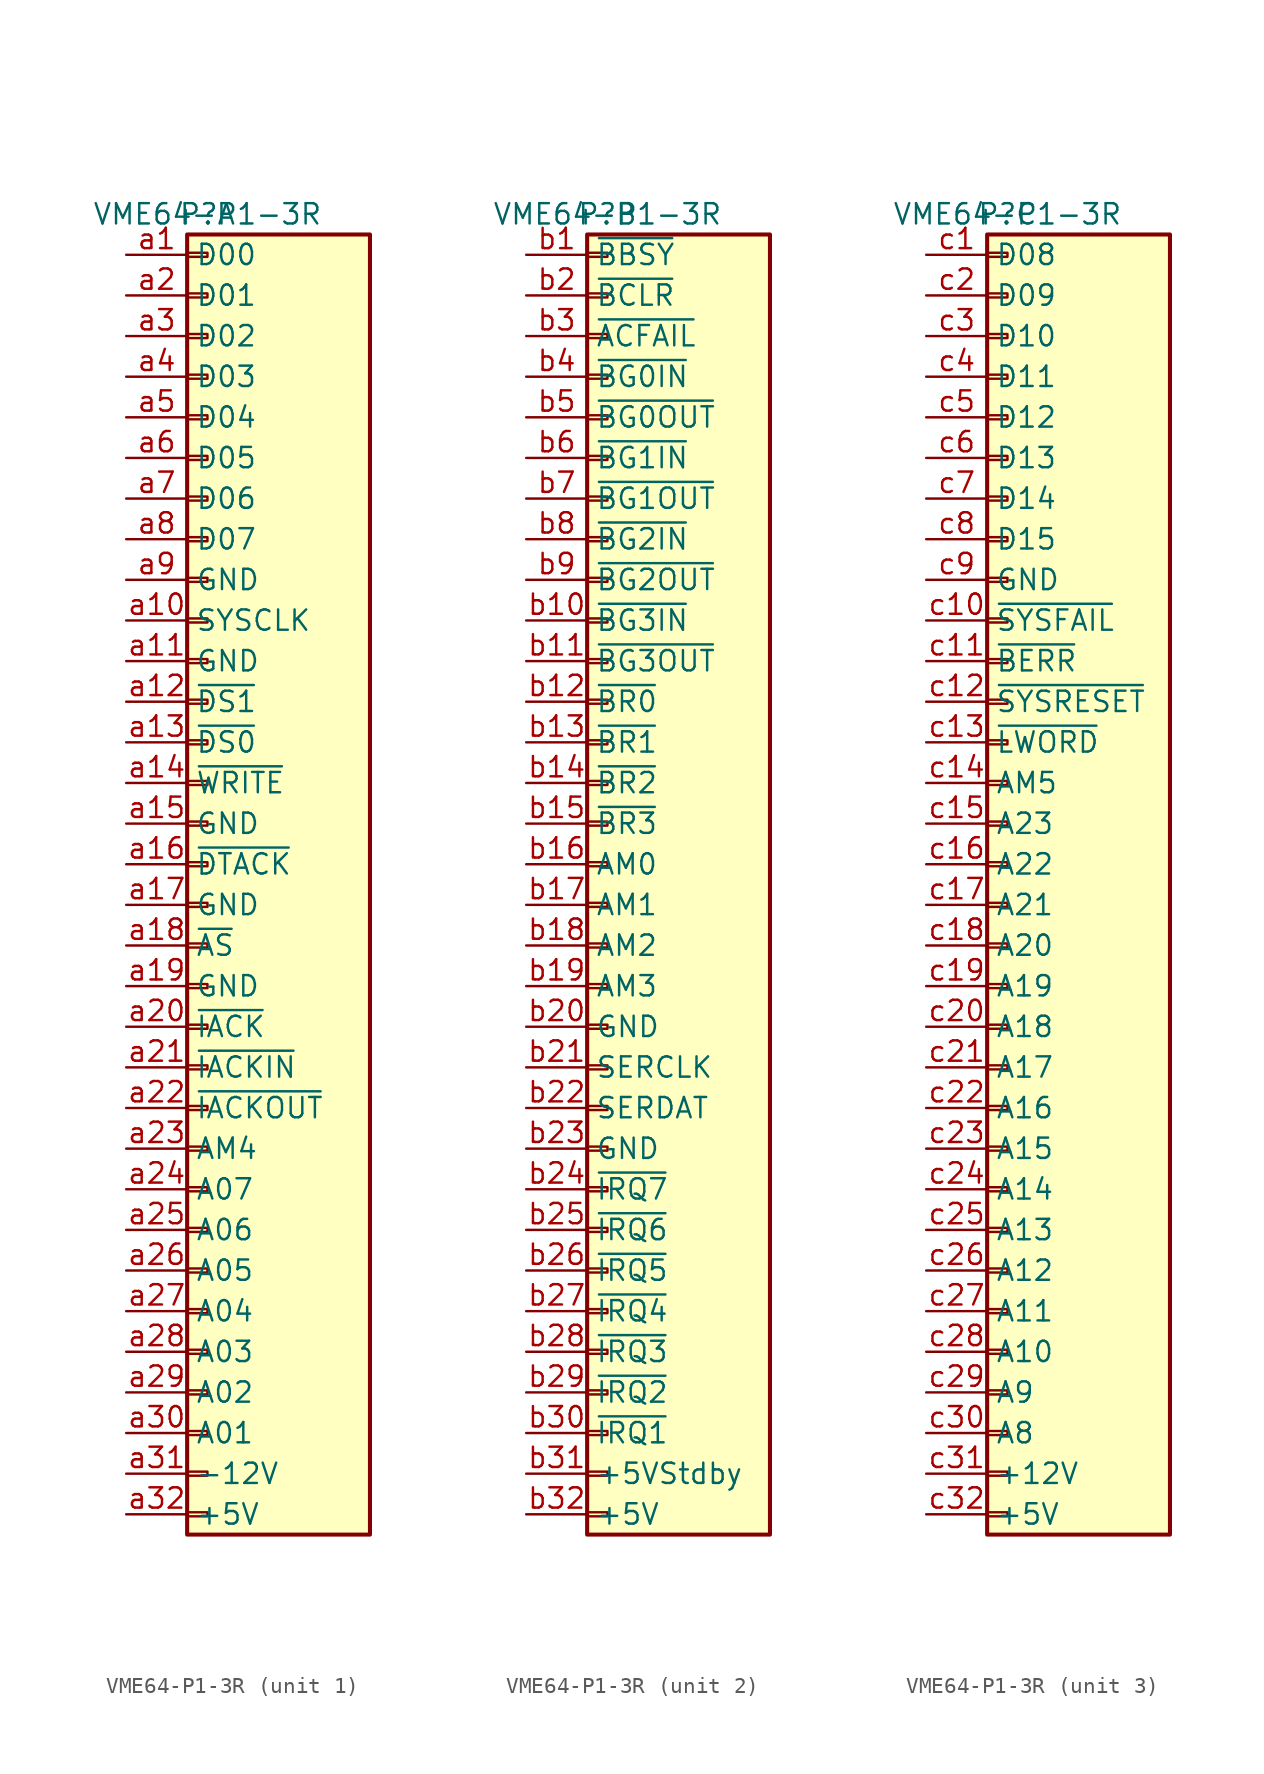
<source format=kicad_sym>
(kicad_symbol_lib
  (version 20231120)
  (generator "kicad_symbol_editor")
  (generator_version "8.0")
  (symbol "VME64-P1-3R"
    (property "Reference" "P"
      (at 0 40.64 0)
      (effects (font (size 1.27 1.27))))
    (property "Value" "VME64-P1-3R"
      (at 0 40.64 0)
      (effects (font (size 1.27 1.27))))
    (property "ki_locked" ""
      (at 0 0 0)
      (effects (font (size 1.27 1.27))))
    (symbol "VME64-P1-3R_1_1"
      (rectangle (start -1.27 -40.513) (end 0 -40.767) (stroke (width 0.152) (type default)) (fill (type none)))
      (rectangle (start -1.27 -37.973) (end 0 -38.227) (stroke (width 0.152) (type default)) (fill (type none)))
      (rectangle (start -1.27 -35.433) (end 0 -35.687) (stroke (width 0.152) (type default)) (fill (type none)))
      (rectangle (start -1.27 -32.893) (end 0 -33.147) (stroke (width 0.152) (type default)) (fill (type none)))
      (rectangle (start -1.27 -30.353) (end 0 -30.607) (stroke (width 0.152) (type default)) (fill (type none)))
      (rectangle (start -1.27 -27.813) (end 0 -28.067) (stroke (width 0.152) (type default)) (fill (type none)))
      (rectangle (start -1.27 -25.273) (end 0 -25.527) (stroke (width 0.152) (type default)) (fill (type none)))
      (rectangle (start -1.27 -22.733) (end 0 -22.987) (stroke (width 0.152) (type default)) (fill (type none)))
      (rectangle (start -1.27 -20.193) (end 0 -20.447) (stroke (width 0.152) (type default)) (fill (type none)))
      (rectangle (start -1.27 -17.653) (end 0 -17.907) (stroke (width 0.152) (type default)) (fill (type none)))
      (rectangle (start -1.27 -15.113) (end 0 -15.367) (stroke (width 0.152) (type default)) (fill (type none)))
      (rectangle (start -1.27 -12.573) (end 0 -12.827) (stroke (width 0.152) (type default)) (fill (type none)))
      (rectangle (start -1.27 -10.033) (end 0 -10.287) (stroke (width 0.152) (type default)) (fill (type none)))
      (rectangle (start -1.27 -7.493) (end 0 -7.747) (stroke (width 0.152) (type default)) (fill (type none)))
      (rectangle (start -1.27 -4.953) (end 0 -5.207) (stroke (width 0.152) (type default)) (fill (type none)))
      (rectangle (start -1.27 -2.413) (end 0 -2.667) (stroke (width 0.152) (type default)) (fill (type none)))
      (rectangle (start -1.27 0.127) (end 0 -0.127) (stroke (width 0.152) (type default)) (fill (type none)))
      (rectangle (start -1.27 2.667) (end 0 2.413) (stroke (width 0.152) (type default)) (fill (type none)))
      (rectangle (start -1.27 5.207) (end 0 4.953) (stroke (width 0.152) (type default)) (fill (type none)))
      (rectangle (start -1.27 7.747) (end 0 7.493) (stroke (width 0.152) (type default)) (fill (type none)))
      (rectangle (start -1.27 10.287) (end 0 10.033) (stroke (width 0.152) (type default)) (fill (type none)))
      (rectangle (start -1.27 12.827) (end 0 12.573) (stroke (width 0.152) (type default)) (fill (type none)))
      (rectangle (start -1.27 15.367) (end 0 15.113) (stroke (width 0.152) (type default)) (fill (type none)))
      (rectangle (start -1.27 17.907) (end 0 17.653) (stroke (width 0.152) (type default)) (fill (type none)))
      (rectangle (start -1.27 20.447) (end 0 20.193) (stroke (width 0.152) (type default)) (fill (type none)))
      (rectangle (start -1.27 22.987) (end 0 22.733) (stroke (width 0.152) (type default)) (fill (type none)))
      (rectangle (start -1.27 25.527) (end 0 25.273) (stroke (width 0.152) (type default)) (fill (type none)))
      (rectangle (start -1.27 28.067) (end 0 27.813) (stroke (width 0.152) (type default)) (fill (type none)))
      (rectangle (start -1.27 30.607) (end 0 30.353) (stroke (width 0.152) (type default)) (fill (type none)))
      (rectangle (start -1.27 33.147) (end 0 32.893) (stroke (width 0.152) (type default)) (fill (type none)))
      (rectangle (start -1.27 35.687) (end 0 35.433) (stroke (width 0.152) (type default)) (fill (type none)))
      (rectangle (start -1.27 38.227) (end 0 37.973) (stroke (width 0.152) (type default)) (fill (type none)))
      (rectangle (start -1.27 39.37) (end 10.16 -41.91) (stroke (width 0.254) (type default)) (fill (type background)))
      (pin bidirectional line (at -5.08 38.1 0) (length 3.81) (name "D00" (effects (font (size 1.27 1.27)))) (number "a1" (effects (font (size 1.27 1.27)))))
      (pin output line (at -5.08 15.24 0) (length 3.81) (name "SYSCLK" (effects (font (size 1.27 1.27)))) (number "a10" (effects (font (size 1.27 1.27)))))
      (pin power_out line (at -5.08 12.7 0) (length 3.81) (name "GND" (effects (font (size 1.27 1.27)))) (number "a11" (effects (font (size 1.27 1.27)))))
      (pin bidirectional line (at -5.08 10.16 0) (length 3.81) (name "~{DS1}" (effects (font (size 1.27 1.27)))) (number "a12" (effects (font (size 1.27 1.27)))))
      (pin bidirectional line (at -5.08 7.62 0) (length 3.81) (name "~{DS0}" (effects (font (size 1.27 1.27)))) (number "a13" (effects (font (size 1.27 1.27)))))
      (pin bidirectional line (at -5.08 5.08 0) (length 3.81) (name "~{WRITE}" (effects (font (size 1.27 1.27)))) (number "a14" (effects (font (size 1.27 1.27)))))
      (pin power_out line (at -5.08 2.54 0) (length 3.81) (name "GND" (effects (font (size 1.27 1.27)))) (number "a15" (effects (font (size 1.27 1.27)))))
      (pin bidirectional line (at -5.08 0 0) (length 3.81) (name "~{DTACK}" (effects (font (size 1.27 1.27)))) (number "a16" (effects (font (size 1.27 1.27)))))
      (pin power_out line (at -5.08 -2.54 0) (length 3.81) (name "GND" (effects (font (size 1.27 1.27)))) (number "a17" (effects (font (size 1.27 1.27)))))
      (pin bidirectional line (at -5.08 -5.08 0) (length 3.81) (name "~{AS}" (effects (font (size 1.27 1.27)))) (number "a18" (effects (font (size 1.27 1.27)))))
      (pin power_out line (at -5.08 -7.62 0) (length 3.81) (name "GND" (effects (font (size 1.27 1.27)))) (number "a19" (effects (font (size 1.27 1.27)))))
      (pin bidirectional line (at -5.08 35.56 0) (length 3.81) (name "D01" (effects (font (size 1.27 1.27)))) (number "a2" (effects (font (size 1.27 1.27)))))
      (pin bidirectional line (at -5.08 -10.16 0) (length 3.81) (name "~{IACK}" (effects (font (size 1.27 1.27)))) (number "a20" (effects (font (size 1.27 1.27)))))
      (pin input line (at -5.08 -12.7 0) (length 3.81) (name "~{IACKIN}" (effects (font (size 1.27 1.27)))) (number "a21" (effects (font (size 1.27 1.27)))))
      (pin output line (at -5.08 -15.24 0) (length 3.81) (name "~{IACKOUT}" (effects (font (size 1.27 1.27)))) (number "a22" (effects (font (size 1.27 1.27)))))
      (pin bidirectional line (at -5.08 -17.78 0) (length 3.81) (name "AM4" (effects (font (size 1.27 1.27)))) (number "a23" (effects (font (size 1.27 1.27)))))
      (pin bidirectional line (at -5.08 -20.32 0) (length 3.81) (name "A07" (effects (font (size 1.27 1.27)))) (number "a24" (effects (font (size 1.27 1.27)))))
      (pin bidirectional line (at -5.08 -22.86 0) (length 3.81) (name "A06" (effects (font (size 1.27 1.27)))) (number "a25" (effects (font (size 1.27 1.27)))))
      (pin bidirectional line (at -5.08 -25.4 0) (length 3.81) (name "A05" (effects (font (size 1.27 1.27)))) (number "a26" (effects (font (size 1.27 1.27)))))
      (pin bidirectional line (at -5.08 -27.94 0) (length 3.81) (name "A04" (effects (font (size 1.27 1.27)))) (number "a27" (effects (font (size 1.27 1.27)))))
      (pin bidirectional line (at -5.08 -30.48 0) (length 3.81) (name "A03" (effects (font (size 1.27 1.27)))) (number "a28" (effects (font (size 1.27 1.27)))))
      (pin bidirectional line (at -5.08 -33.02 0) (length 3.81) (name "A02" (effects (font (size 1.27 1.27)))) (number "a29" (effects (font (size 1.27 1.27)))))
      (pin bidirectional line (at -5.08 33.02 0) (length 3.81) (name "D02" (effects (font (size 1.27 1.27)))) (number "a3" (effects (font (size 1.27 1.27)))))
      (pin bidirectional line (at -5.08 -35.56 0) (length 3.81) (name "A01" (effects (font (size 1.27 1.27)))) (number "a30" (effects (font (size 1.27 1.27)))))
      (pin power_out line (at -5.08 -38.1 0) (length 3.81) (name "-12V" (effects (font (size 1.27 1.27)))) (number "a31" (effects (font (size 1.27 1.27)))))
      (pin power_out line (at -5.08 -40.64 0) (length 3.81) (name "+5V" (effects (font (size 1.27 1.27)))) (number "a32" (effects (font (size 1.27 1.27)))))
      (pin bidirectional line (at -5.08 30.48 0) (length 3.81) (name "D03" (effects (font (size 1.27 1.27)))) (number "a4" (effects (font (size 1.27 1.27)))))
      (pin bidirectional line (at -5.08 27.94 0) (length 3.81) (name "D04" (effects (font (size 1.27 1.27)))) (number "a5" (effects (font (size 1.27 1.27)))))
      (pin bidirectional line (at -5.08 25.4 0) (length 3.81) (name "D05" (effects (font (size 1.27 1.27)))) (number "a6" (effects (font (size 1.27 1.27)))))
      (pin bidirectional line (at -5.08 22.86 0) (length 3.81) (name "D06" (effects (font (size 1.27 1.27)))) (number "a7" (effects (font (size 1.27 1.27)))))
      (pin bidirectional line (at -5.08 20.32 0) (length 3.81) (name "D07" (effects (font (size 1.27 1.27)))) (number "a8" (effects (font (size 1.27 1.27)))))
      (pin power_out line (at -5.08 17.78 0) (length 3.81) (name "GND" (effects (font (size 1.27 1.27)))) (number "a9" (effects (font (size 1.27 1.27))))))
    (symbol "VME64-P1-3R_2_1"
      (rectangle (start -1.27 -40.513) (end 0 -40.767) (stroke (width 0.152) (type default)) (fill (type none)))
      (rectangle (start -1.27 -37.973) (end 0 -38.227) (stroke (width 0.152) (type default)) (fill (type none)))
      (rectangle (start -1.27 -35.433) (end 0 -35.687) (stroke (width 0.152) (type default)) (fill (type none)))
      (rectangle (start -1.27 -32.893) (end 0 -33.147) (stroke (width 0.152) (type default)) (fill (type none)))
      (rectangle (start -1.27 -30.353) (end 0 -30.607) (stroke (width 0.152) (type default)) (fill (type none)))
      (rectangle (start -1.27 -27.813) (end 0 -28.067) (stroke (width 0.152) (type default)) (fill (type none)))
      (rectangle (start -1.27 -25.273) (end 0 -25.527) (stroke (width 0.152) (type default)) (fill (type none)))
      (rectangle (start -1.27 -22.733) (end 0 -22.987) (stroke (width 0.152) (type default)) (fill (type none)))
      (rectangle (start -1.27 -20.193) (end 0 -20.447) (stroke (width 0.152) (type default)) (fill (type none)))
      (rectangle (start -1.27 -17.653) (end 0 -17.907) (stroke (width 0.152) (type default)) (fill (type none)))
      (rectangle (start -1.27 -15.113) (end 0 -15.367) (stroke (width 0.152) (type default)) (fill (type none)))
      (rectangle (start -1.27 -12.573) (end 0 -12.827) (stroke (width 0.152) (type default)) (fill (type none)))
      (rectangle (start -1.27 -10.033) (end 0 -10.287) (stroke (width 0.152) (type default)) (fill (type none)))
      (rectangle (start -1.27 -7.493) (end 0 -7.747) (stroke (width 0.152) (type default)) (fill (type none)))
      (rectangle (start -1.27 -4.953) (end 0 -5.207) (stroke (width 0.152) (type default)) (fill (type none)))
      (rectangle (start -1.27 -2.413) (end 0 -2.667) (stroke (width 0.152) (type default)) (fill (type none)))
      (rectangle (start -1.27 0.127) (end 0 -0.127) (stroke (width 0.152) (type default)) (fill (type none)))
      (rectangle (start -1.27 2.667) (end 0 2.413) (stroke (width 0.152) (type default)) (fill (type none)))
      (rectangle (start -1.27 5.207) (end 0 4.953) (stroke (width 0.152) (type default)) (fill (type none)))
      (rectangle (start -1.27 7.747) (end 0 7.493) (stroke (width 0.152) (type default)) (fill (type none)))
      (rectangle (start -1.27 10.287) (end 0 10.033) (stroke (width 0.152) (type default)) (fill (type none)))
      (rectangle (start -1.27 12.827) (end 0 12.573) (stroke (width 0.152) (type default)) (fill (type none)))
      (rectangle (start -1.27 15.367) (end 0 15.113) (stroke (width 0.152) (type default)) (fill (type none)))
      (rectangle (start -1.27 17.907) (end 0 17.653) (stroke (width 0.152) (type default)) (fill (type none)))
      (rectangle (start -1.27 20.447) (end 0 20.193) (stroke (width 0.152) (type default)) (fill (type none)))
      (rectangle (start -1.27 22.987) (end 0 22.733) (stroke (width 0.152) (type default)) (fill (type none)))
      (rectangle (start -1.27 25.527) (end 0 25.273) (stroke (width 0.152) (type default)) (fill (type none)))
      (rectangle (start -1.27 28.067) (end 0 27.813) (stroke (width 0.152) (type default)) (fill (type none)))
      (rectangle (start -1.27 30.607) (end 0 30.353) (stroke (width 0.152) (type default)) (fill (type none)))
      (rectangle (start -1.27 33.147) (end 0 32.893) (stroke (width 0.152) (type default)) (fill (type none)))
      (rectangle (start -1.27 35.687) (end 0 35.433) (stroke (width 0.152) (type default)) (fill (type none)))
      (rectangle (start -1.27 38.227) (end 0 37.973) (stroke (width 0.152) (type default)) (fill (type none)))
      (rectangle (start -1.27 39.37) (end 10.16 -41.91) (stroke (width 0.254) (type default)) (fill (type background)))
      (pin bidirectional line (at -5.08 38.1 0) (length 3.81) (name "~{BBSY}" (effects (font (size 1.27 1.27)))) (number "b1" (effects (font (size 1.27 1.27)))))
      (pin input line (at -5.08 15.24 0) (length 3.81) (name "~{BG3IN}" (effects (font (size 1.27 1.27)))) (number "b10" (effects (font (size 1.27 1.27)))))
      (pin output line (at -5.08 12.7 0) (length 3.81) (name "~{BG3OUT}" (effects (font (size 1.27 1.27)))) (number "b11" (effects (font (size 1.27 1.27)))))
      (pin bidirectional line (at -5.08 10.16 0) (length 3.81) (name "~{BR0}" (effects (font (size 1.27 1.27)))) (number "b12" (effects (font (size 1.27 1.27)))))
      (pin bidirectional line (at -5.08 7.62 0) (length 3.81) (name "~{BR1}" (effects (font (size 1.27 1.27)))) (number "b13" (effects (font (size 1.27 1.27)))))
      (pin bidirectional line (at -5.08 5.08 0) (length 3.81) (name "~{BR2}" (effects (font (size 1.27 1.27)))) (number "b14" (effects (font (size 1.27 1.27)))))
      (pin bidirectional line (at -5.08 2.54 0) (length 3.81) (name "~{BR3}" (effects (font (size 1.27 1.27)))) (number "b15" (effects (font (size 1.27 1.27)))))
      (pin bidirectional line (at -5.08 0 0) (length 3.81) (name "AM0" (effects (font (size 1.27 1.27)))) (number "b16" (effects (font (size 1.27 1.27)))))
      (pin bidirectional line (at -5.08 -2.54 0) (length 3.81) (name "AM1" (effects (font (size 1.27 1.27)))) (number "b17" (effects (font (size 1.27 1.27)))))
      (pin bidirectional line (at -5.08 -5.08 0) (length 3.81) (name "AM2" (effects (font (size 1.27 1.27)))) (number "b18" (effects (font (size 1.27 1.27)))))
      (pin bidirectional line (at -5.08 -7.62 0) (length 3.81) (name "AM3" (effects (font (size 1.27 1.27)))) (number "b19" (effects (font (size 1.27 1.27)))))
      (pin bidirectional line (at -5.08 35.56 0) (length 3.81) (name "~{BCLR}" (effects (font (size 1.27 1.27)))) (number "b2" (effects (font (size 1.27 1.27)))))
      (pin power_out line (at -5.08 -10.16 0) (length 3.81) (name "GND" (effects (font (size 1.27 1.27)))) (number "b20" (effects (font (size 1.27 1.27)))))
      (pin bidirectional line (at -5.08 -12.7 0) (length 3.81) (name "SERCLK" (effects (font (size 1.27 1.27)))) (number "b21" (effects (font (size 1.27 1.27)))))
      (pin bidirectional line (at -5.08 -15.24 0) (length 3.81) (name "SERDAT" (effects (font (size 1.27 1.27)))) (number "b22" (effects (font (size 1.27 1.27)))))
      (pin power_out line (at -5.08 -17.78 0) (length 3.81) (name "GND" (effects (font (size 1.27 1.27)))) (number "b23" (effects (font (size 1.27 1.27)))))
      (pin bidirectional line (at -5.08 -20.32 0) (length 3.81) (name "~{IRQ7}" (effects (font (size 1.27 1.27)))) (number "b24" (effects (font (size 1.27 1.27)))))
      (pin bidirectional line (at -5.08 -22.86 0) (length 3.81) (name "~{IRQ6}" (effects (font (size 1.27 1.27)))) (number "b25" (effects (font (size 1.27 1.27)))))
      (pin bidirectional line (at -5.08 -25.4 0) (length 3.81) (name "~{IRQ5}" (effects (font (size 1.27 1.27)))) (number "b26" (effects (font (size 1.27 1.27)))))
      (pin bidirectional line (at -5.08 -27.94 0) (length 3.81) (name "~{IRQ4}" (effects (font (size 1.27 1.27)))) (number "b27" (effects (font (size 1.27 1.27)))))
      (pin bidirectional line (at -5.08 -30.48 0) (length 3.81) (name "~{IRQ3}" (effects (font (size 1.27 1.27)))) (number "b28" (effects (font (size 1.27 1.27)))))
      (pin bidirectional line (at -5.08 -33.02 0) (length 3.81) (name "~{IRQ2}" (effects (font (size 1.27 1.27)))) (number "b29" (effects (font (size 1.27 1.27)))))
      (pin output line (at -5.08 33.02 0) (length 3.81) (name "~{ACFAIL}" (effects (font (size 1.27 1.27)))) (number "b3" (effects (font (size 1.27 1.27)))))
      (pin bidirectional line (at -5.08 -35.56 0) (length 3.81) (name "~{IRQ1}" (effects (font (size 1.27 1.27)))) (number "b30" (effects (font (size 1.27 1.27)))))
      (pin power_out line (at -5.08 -38.1 0) (length 3.81) (name "+5VStdby" (effects (font (size 1.27 1.27)))) (number "b31" (effects (font (size 1.27 1.27)))))
      (pin power_out line (at -5.08 -40.64 0) (length 3.81) (name "+5V" (effects (font (size 1.27 1.27)))) (number "b32" (effects (font (size 1.27 1.27)))))
      (pin input line (at -5.08 30.48 0) (length 3.81) (name "~{BG0IN}" (effects (font (size 1.27 1.27)))) (number "b4" (effects (font (size 1.27 1.27)))))
      (pin output line (at -5.08 27.94 0) (length 3.81) (name "~{BG0OUT}" (effects (font (size 1.27 1.27)))) (number "b5" (effects (font (size 1.27 1.27)))))
      (pin input line (at -5.08 25.4 0) (length 3.81) (name "~{BG1IN}" (effects (font (size 1.27 1.27)))) (number "b6" (effects (font (size 1.27 1.27)))))
      (pin output line (at -5.08 22.86 0) (length 3.81) (name "~{BG1OUT}" (effects (font (size 1.27 1.27)))) (number "b7" (effects (font (size 1.27 1.27)))))
      (pin input line (at -5.08 20.32 0) (length 3.81) (name "~{BG2IN}" (effects (font (size 1.27 1.27)))) (number "b8" (effects (font (size 1.27 1.27)))))
      (pin output line (at -5.08 17.78 0) (length 3.81) (name "~{BG2OUT}" (effects (font (size 1.27 1.27)))) (number "b9" (effects (font (size 1.27 1.27))))))
    (symbol "VME64-P1-3R_3_1"
      (rectangle (start -1.27 -40.513) (end 0 -40.767) (stroke (width 0.152) (type default)) (fill (type none)))
      (rectangle (start -1.27 -37.973) (end 0 -38.227) (stroke (width 0.152) (type default)) (fill (type none)))
      (rectangle (start -1.27 -35.433) (end 0 -35.687) (stroke (width 0.152) (type default)) (fill (type none)))
      (rectangle (start -1.27 -32.893) (end 0 -33.147) (stroke (width 0.152) (type default)) (fill (type none)))
      (rectangle (start -1.27 -30.353) (end 0 -30.607) (stroke (width 0.152) (type default)) (fill (type none)))
      (rectangle (start -1.27 -27.813) (end 0 -28.067) (stroke (width 0.152) (type default)) (fill (type none)))
      (rectangle (start -1.27 -25.273) (end 0 -25.527) (stroke (width 0.152) (type default)) (fill (type none)))
      (rectangle (start -1.27 -22.733) (end 0 -22.987) (stroke (width 0.152) (type default)) (fill (type none)))
      (rectangle (start -1.27 -20.193) (end 0 -20.447) (stroke (width 0.152) (type default)) (fill (type none)))
      (rectangle (start -1.27 -17.653) (end 0 -17.907) (stroke (width 0.152) (type default)) (fill (type none)))
      (rectangle (start -1.27 -15.113) (end 0 -15.367) (stroke (width 0.152) (type default)) (fill (type none)))
      (rectangle (start -1.27 -12.573) (end 0 -12.827) (stroke (width 0.152) (type default)) (fill (type none)))
      (rectangle (start -1.27 -10.033) (end 0 -10.287) (stroke (width 0.152) (type default)) (fill (type none)))
      (rectangle (start -1.27 -7.493) (end 0 -7.747) (stroke (width 0.152) (type default)) (fill (type none)))
      (rectangle (start -1.27 -4.953) (end 0 -5.207) (stroke (width 0.152) (type default)) (fill (type none)))
      (rectangle (start -1.27 -2.413) (end 0 -2.667) (stroke (width 0.152) (type default)) (fill (type none)))
      (rectangle (start -1.27 0.127) (end 0 -0.127) (stroke (width 0.152) (type default)) (fill (type none)))
      (rectangle (start -1.27 2.667) (end 0 2.413) (stroke (width 0.152) (type default)) (fill (type none)))
      (rectangle (start -1.27 5.207) (end 0 4.953) (stroke (width 0.152) (type default)) (fill (type none)))
      (rectangle (start -1.27 7.747) (end 0 7.493) (stroke (width 0.152) (type default)) (fill (type none)))
      (rectangle (start -1.27 10.287) (end 0 10.033) (stroke (width 0.152) (type default)) (fill (type none)))
      (rectangle (start -1.27 12.827) (end 0 12.573) (stroke (width 0.152) (type default)) (fill (type none)))
      (rectangle (start -1.27 15.367) (end 0 15.113) (stroke (width 0.152) (type default)) (fill (type none)))
      (rectangle (start -1.27 17.907) (end 0 17.653) (stroke (width 0.152) (type default)) (fill (type none)))
      (rectangle (start -1.27 20.447) (end 0 20.193) (stroke (width 0.152) (type default)) (fill (type none)))
      (rectangle (start -1.27 22.987) (end 0 22.733) (stroke (width 0.152) (type default)) (fill (type none)))
      (rectangle (start -1.27 25.527) (end 0 25.273) (stroke (width 0.152) (type default)) (fill (type none)))
      (rectangle (start -1.27 28.067) (end 0 27.813) (stroke (width 0.152) (type default)) (fill (type none)))
      (rectangle (start -1.27 30.607) (end 0 30.353) (stroke (width 0.152) (type default)) (fill (type none)))
      (rectangle (start -1.27 33.147) (end 0 32.893) (stroke (width 0.152) (type default)) (fill (type none)))
      (rectangle (start -1.27 35.687) (end 0 35.433) (stroke (width 0.152) (type default)) (fill (type none)))
      (rectangle (start -1.27 38.227) (end 0 37.973) (stroke (width 0.152) (type default)) (fill (type none)))
      (rectangle (start -1.27 39.37) (end 10.16 -41.91) (stroke (width 0.254) (type default)) (fill (type background)))
      (pin bidirectional line (at -5.08 38.1 0) (length 3.81) (name "D08" (effects (font (size 1.27 1.27)))) (number "c1" (effects (font (size 1.27 1.27)))))
      (pin bidirectional line (at -5.08 15.24 0) (length 3.81) (name "~{SYSFAIL}" (effects (font (size 1.27 1.27)))) (number "c10" (effects (font (size 1.27 1.27)))))
      (pin bidirectional line (at -5.08 12.7 0) (length 3.81) (name "~{BERR}" (effects (font (size 1.27 1.27)))) (number "c11" (effects (font (size 1.27 1.27)))))
      (pin bidirectional line (at -5.08 10.16 0) (length 3.81) (name "~{SYSRESET}" (effects (font (size 1.27 1.27)))) (number "c12" (effects (font (size 1.27 1.27)))))
      (pin bidirectional line (at -5.08 7.62 0) (length 3.81) (name "~{LWORD}" (effects (font (size 1.27 1.27)))) (number "c13" (effects (font (size 1.27 1.27)))))
      (pin bidirectional line (at -5.08 5.08 0) (length 3.81) (name "AM5" (effects (font (size 1.27 1.27)))) (number "c14" (effects (font (size 1.27 1.27)))))
      (pin bidirectional line (at -5.08 2.54 0) (length 3.81) (name "A23" (effects (font (size 1.27 1.27)))) (number "c15" (effects (font (size 1.27 1.27)))))
      (pin bidirectional line (at -5.08 0 0) (length 3.81) (name "A22" (effects (font (size 1.27 1.27)))) (number "c16" (effects (font (size 1.27 1.27)))))
      (pin bidirectional line (at -5.08 -2.54 0) (length 3.81) (name "A21" (effects (font (size 1.27 1.27)))) (number "c17" (effects (font (size 1.27 1.27)))))
      (pin bidirectional line (at -5.08 -5.08 0) (length 3.81) (name "A20" (effects (font (size 1.27 1.27)))) (number "c18" (effects (font (size 1.27 1.27)))))
      (pin bidirectional line (at -5.08 -7.62 0) (length 3.81) (name "A19" (effects (font (size 1.27 1.27)))) (number "c19" (effects (font (size 1.27 1.27)))))
      (pin bidirectional line (at -5.08 35.56 0) (length 3.81) (name "D09" (effects (font (size 1.27 1.27)))) (number "c2" (effects (font (size 1.27 1.27)))))
      (pin bidirectional line (at -5.08 -10.16 0) (length 3.81) (name "A18" (effects (font (size 1.27 1.27)))) (number "c20" (effects (font (size 1.27 1.27)))))
      (pin bidirectional line (at -5.08 -12.7 0) (length 3.81) (name "A17" (effects (font (size 1.27 1.27)))) (number "c21" (effects (font (size 1.27 1.27)))))
      (pin bidirectional line (at -5.08 -15.24 0) (length 3.81) (name "A16" (effects (font (size 1.27 1.27)))) (number "c22" (effects (font (size 1.27 1.27)))))
      (pin bidirectional line (at -5.08 -17.78 0) (length 3.81) (name "A15" (effects (font (size 1.27 1.27)))) (number "c23" (effects (font (size 1.27 1.27)))))
      (pin bidirectional line (at -5.08 -20.32 0) (length 3.81) (name "A14" (effects (font (size 1.27 1.27)))) (number "c24" (effects (font (size 1.27 1.27)))))
      (pin bidirectional line (at -5.08 -22.86 0) (length 3.81) (name "A13" (effects (font (size 1.27 1.27)))) (number "c25" (effects (font (size 1.27 1.27)))))
      (pin bidirectional line (at -5.08 -25.4 0) (length 3.81) (name "A12" (effects (font (size 1.27 1.27)))) (number "c26" (effects (font (size 1.27 1.27)))))
      (pin bidirectional line (at -5.08 -27.94 0) (length 3.81) (name "A11" (effects (font (size 1.27 1.27)))) (number "c27" (effects (font (size 1.27 1.27)))))
      (pin bidirectional line (at -5.08 -30.48 0) (length 3.81) (name "A10" (effects (font (size 1.27 1.27)))) (number "c28" (effects (font (size 1.27 1.27)))))
      (pin bidirectional line (at -5.08 -33.02 0) (length 3.81) (name "A9" (effects (font (size 1.27 1.27)))) (number "c29" (effects (font (size 1.27 1.27)))))
      (pin bidirectional line (at -5.08 33.02 0) (length 3.81) (name "D10" (effects (font (size 1.27 1.27)))) (number "c3" (effects (font (size 1.27 1.27)))))
      (pin bidirectional line (at -5.08 -35.56 0) (length 3.81) (name "A8" (effects (font (size 1.27 1.27)))) (number "c30" (effects (font (size 1.27 1.27)))))
      (pin power_out line (at -5.08 -38.1 0) (length 3.81) (name "+12V" (effects (font (size 1.27 1.27)))) (number "c31" (effects (font (size 1.27 1.27)))))
      (pin power_out line (at -5.08 -40.64 0) (length 3.81) (name "+5V" (effects (font (size 1.27 1.27)))) (number "c32" (effects (font (size 1.27 1.27)))))
      (pin bidirectional line (at -5.08 30.48 0) (length 3.81) (name "D11" (effects (font (size 1.27 1.27)))) (number "c4" (effects (font (size 1.27 1.27)))))
      (pin bidirectional line (at -5.08 27.94 0) (length 3.81) (name "D12" (effects (font (size 1.27 1.27)))) (number "c5" (effects (font (size 1.27 1.27)))))
      (pin bidirectional line (at -5.08 25.4 0) (length 3.81) (name "D13" (effects (font (size 1.27 1.27)))) (number "c6" (effects (font (size 1.27 1.27)))))
      (pin bidirectional line (at -5.08 22.86 0) (length 3.81) (name "D14" (effects (font (size 1.27 1.27)))) (number "c7" (effects (font (size 1.27 1.27)))))
      (pin bidirectional line (at -5.08 20.32 0) (length 3.81) (name "D15" (effects (font (size 1.27 1.27)))) (number "c8" (effects (font (size 1.27 1.27)))))
      (pin power_out line (at -5.08 17.78 0) (length 3.81) (name "GND" (effects (font (size 1.27 1.27)))) (number "c9" (effects (font (size 1.27 1.27))))))))
</source>
